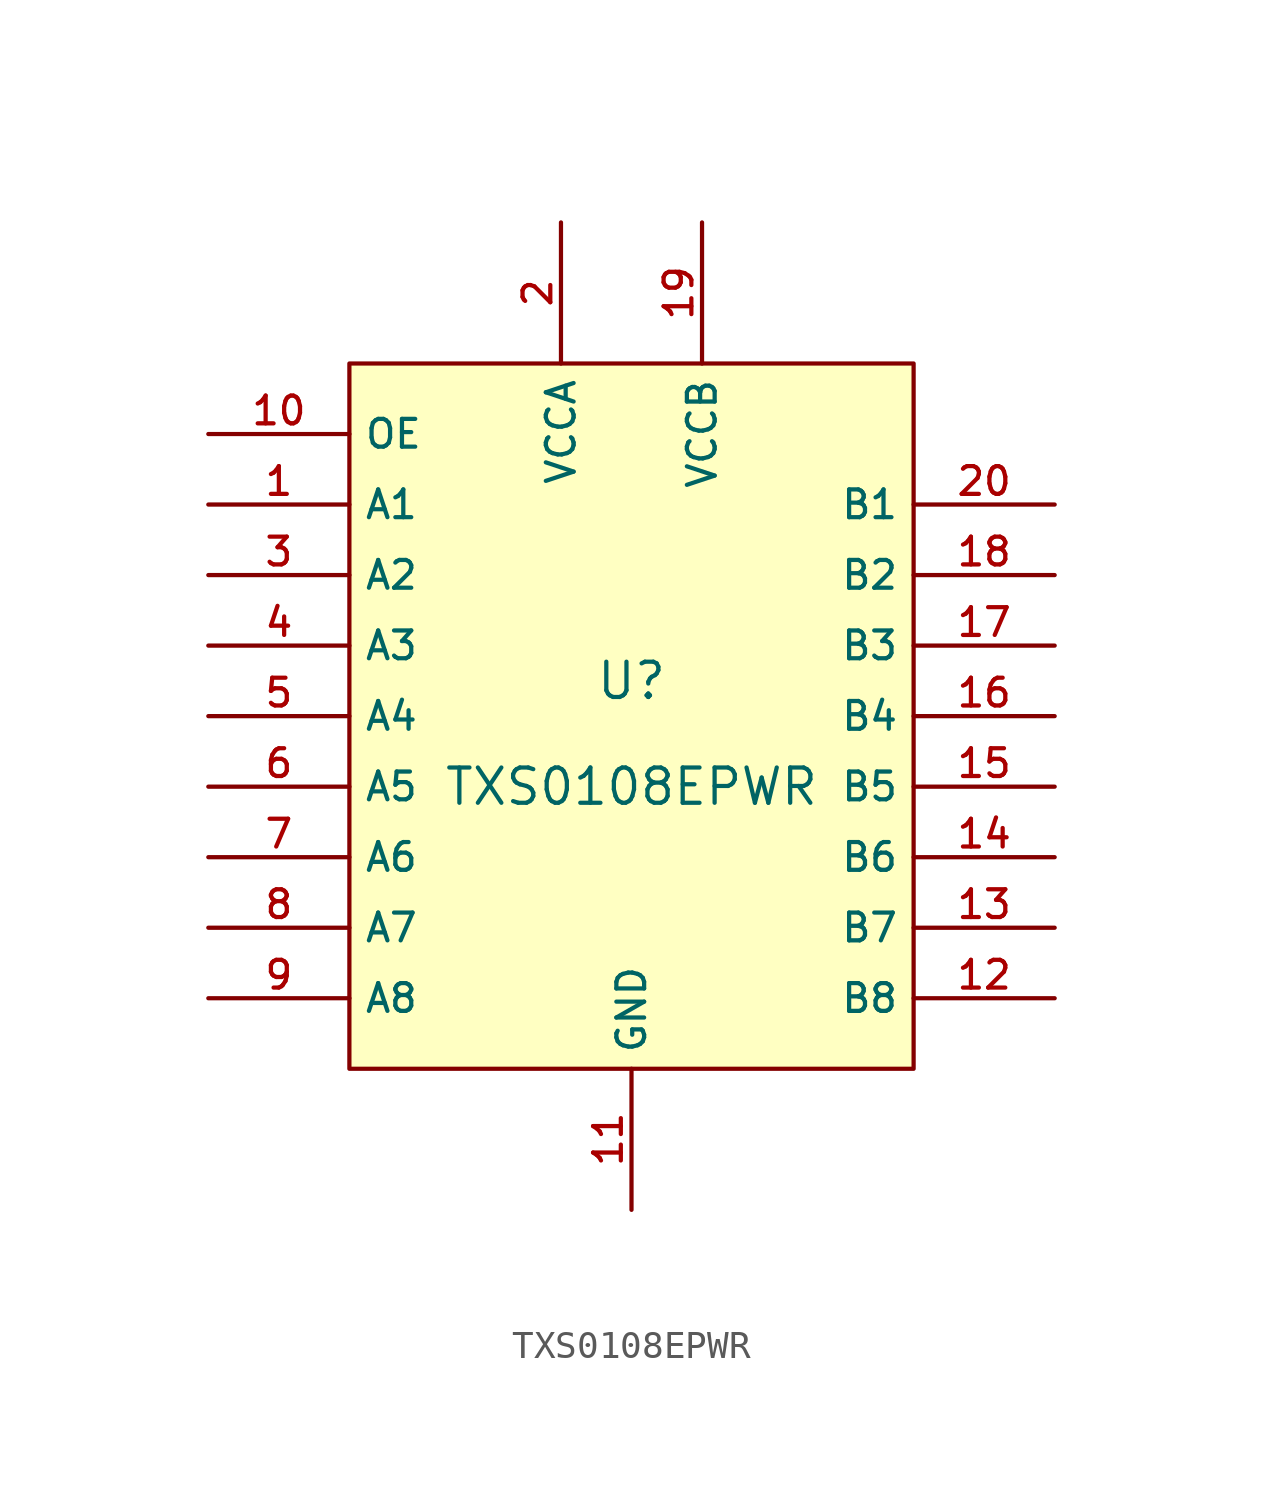
<source format=kicad_sym>
(kicad_symbol_lib
  (version 20210201)
  (generator TousstNicolas/JLC2KiCad_lib)
  (symbol "TXS0108EPWR"
    (property "Reference" "U"
      (at 0 1.27 0)
      (effects (font (size 1.27 1.27))))
    (property "Value" "TXS0108EPWR"
      (at 0 -2.54 0)
      (effects (font (size 1.27 1.27))))
    (symbol "TXS0108EPWR_0_1"
      (pin unspecified line (at -15.24 7.62 0) (length 5.08) (name "A1" (effects (font (size 1 1)))) (number "1" (effects (font (size 1 1)))))
      (pin unspecified line (at -2.54 17.78 270) (length 5.08) (name "VCCA" (effects (font (size 1 1)))) (number "2" (effects (font (size 1 1)))))
      (pin unspecified line (at -15.24 5.08 0) (length 5.08) (name "A2" (effects (font (size 1 1)))) (number "3" (effects (font (size 1 1)))))
      (pin unspecified line (at -15.24 2.54 0) (length 5.08) (name "A3" (effects (font (size 1 1)))) (number "4" (effects (font (size 1 1)))))
      (pin unspecified line (at -15.24 -0.0 0) (length 5.08) (name "A4" (effects (font (size 1 1)))) (number "5" (effects (font (size 1 1)))))
      (pin unspecified line (at -15.24 -2.54 0) (length 5.08) (name "A5" (effects (font (size 1 1)))) (number "6" (effects (font (size 1 1)))))
      (pin unspecified line (at -15.24 -5.08 0) (length 5.08) (name "A6" (effects (font (size 1 1)))) (number "7" (effects (font (size 1 1)))))
      (pin unspecified line (at -15.24 -7.62 0) (length 5.08) (name "A7" (effects (font (size 1 1)))) (number "8" (effects (font (size 1 1)))))
      (pin unspecified line (at -15.24 -10.16 0) (length 5.08) (name "A8" (effects (font (size 1 1)))) (number "9" (effects (font (size 1 1)))))
      (pin unspecified line (at -15.24 10.16 0) (length 5.08) (name "OE" (effects (font (size 1 1)))) (number "10" (effects (font (size 1 1)))))
      (pin unspecified line (at 0.0 -17.78 90) (length 5.08) (name "GND" (effects (font (size 1 1)))) (number "11" (effects (font (size 1 1)))))
      (pin unspecified line (at 15.24 -10.16 180) (length 5.08) (name "B8" (effects (font (size 1 1)))) (number "12" (effects (font (size 1 1)))))
      (pin unspecified line (at 15.24 -7.62 180) (length 5.08) (name "B7" (effects (font (size 1 1)))) (number "13" (effects (font (size 1 1)))))
      (pin unspecified line (at 15.24 -5.08 180) (length 5.08) (name "B6" (effects (font (size 1 1)))) (number "14" (effects (font (size 1 1)))))
      (pin unspecified line (at 15.24 -2.54 180) (length 5.08) (name "B5" (effects (font (size 1 1)))) (number "15" (effects (font (size 1 1)))))
      (pin unspecified line (at 15.24 -0.0 180) (length 5.08) (name "B4" (effects (font (size 1 1)))) (number "16" (effects (font (size 1 1)))))
      (pin unspecified line (at 15.24 2.54 180) (length 5.08) (name "B3" (effects (font (size 1 1)))) (number "17" (effects (font (size 1 1)))))
      (pin unspecified line (at 15.24 5.08 180) (length 5.08) (name "B2" (effects (font (size 1 1)))) (number "18" (effects (font (size 1 1)))))
      (pin unspecified line (at 2.54 17.78 270) (length 5.08) (name "VCCB" (effects (font (size 1 1)))) (number "19" (effects (font (size 1 1)))))
      (pin unspecified line (at 15.24 7.62 180) (length 5.08) (name "B1" (effects (font (size 1 1)))) (number "20" (effects (font (size 1 1)))))
      (rectangle (start -10.16 12.7) (end 10.16 -12.7) (stroke (width 0) (type default) (color 0 0 0 0)) (fill (type background))))))
</source>
